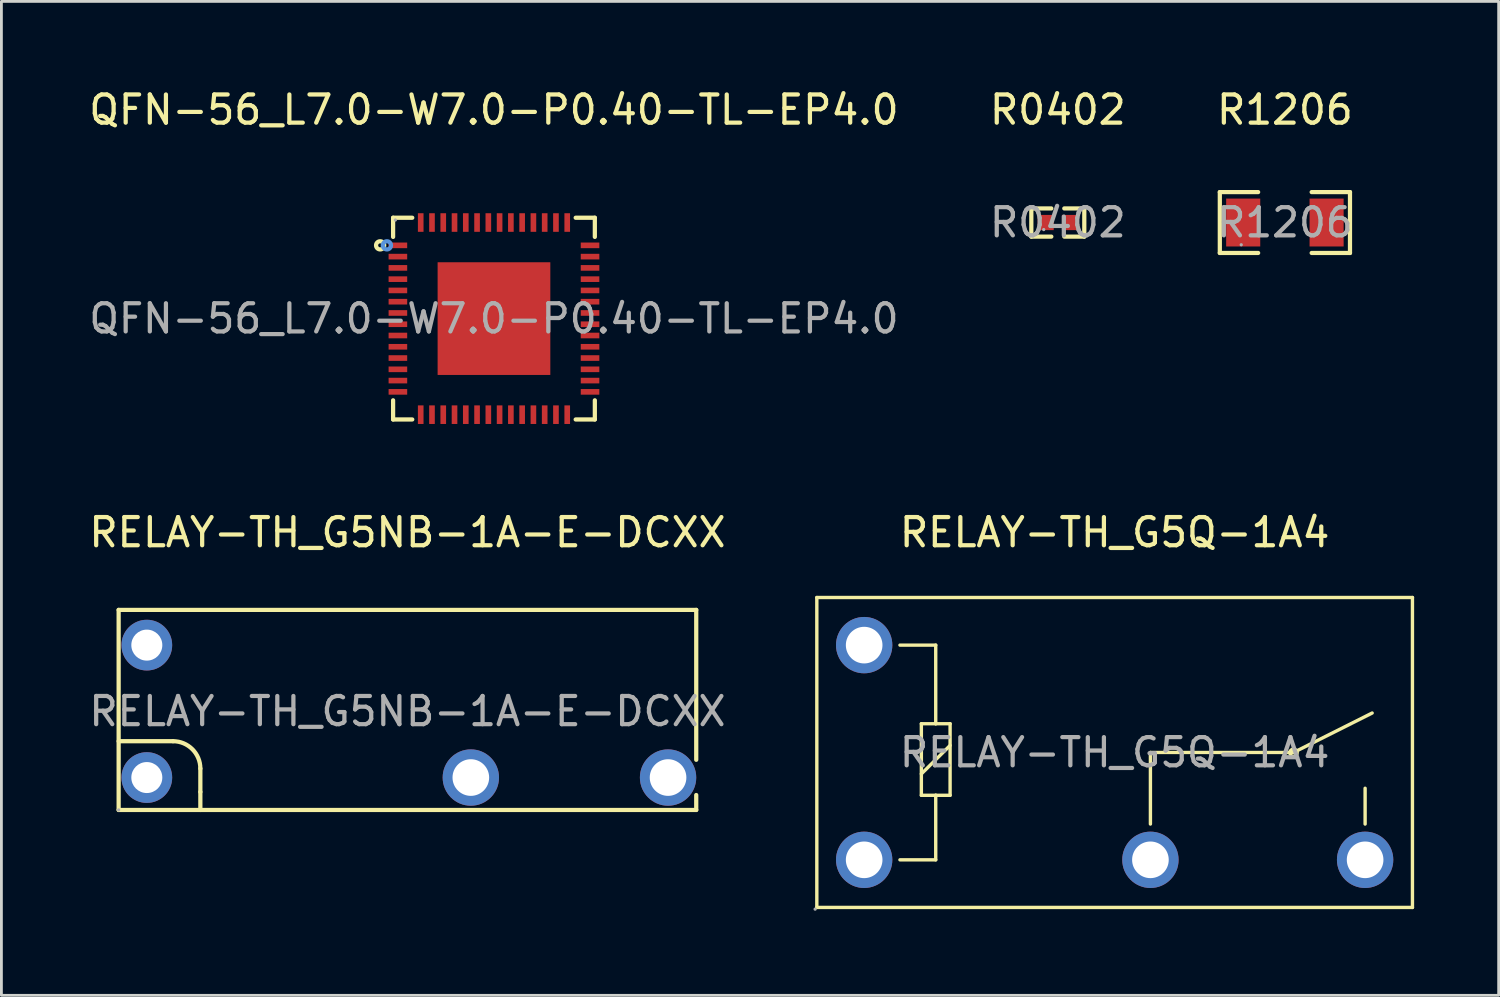
<source format=kicad_pcb>
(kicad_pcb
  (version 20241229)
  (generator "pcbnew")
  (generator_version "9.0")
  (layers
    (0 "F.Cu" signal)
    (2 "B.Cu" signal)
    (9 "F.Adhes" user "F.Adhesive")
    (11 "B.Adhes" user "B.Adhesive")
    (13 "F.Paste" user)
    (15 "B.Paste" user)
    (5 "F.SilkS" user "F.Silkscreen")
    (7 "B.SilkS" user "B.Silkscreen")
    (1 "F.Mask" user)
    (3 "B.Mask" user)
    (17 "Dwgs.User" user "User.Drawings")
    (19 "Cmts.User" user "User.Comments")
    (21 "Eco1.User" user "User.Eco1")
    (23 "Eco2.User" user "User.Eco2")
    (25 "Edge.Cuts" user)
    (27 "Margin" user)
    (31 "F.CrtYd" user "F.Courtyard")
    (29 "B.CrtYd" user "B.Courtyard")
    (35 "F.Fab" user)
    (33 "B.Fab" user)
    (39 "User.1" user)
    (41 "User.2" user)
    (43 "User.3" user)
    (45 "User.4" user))
  (footprint "RELAY-TH_G5NB-1A-E-DCXX"
    (layer "F.Cu")
    (at 11.411 22.197)
    (property "Reference" "RELAY-TH_G5NB-1A-E-DCXX" (at 0 -6.35 0) (layer "F.SilkS") (effects (font (size 1 1) (thickness 0.15))))
    (attr smd)
    (fp_line (start -10.25 -3.6) (end 10.25 -3.6) (stroke (width 0.15) (type solid)) (layer "F.SilkS"))
    (fp_line (start -10.25 1.06) (end -8.32 1.06) (stroke (width 0.15) (type solid)) (layer "F.SilkS"))
    (fp_line (start -10.25 3.5) (end -10.25 -3.6) (stroke (width 0.15) (type solid)) (layer "F.SilkS"))
    (fp_line (start -7.35 2.03) (end -7.35 2.86) (stroke (width 0.15) (type solid)) (layer "F.SilkS"))
    (fp_line (start -7.35 2.86) (end -7.35 3.5) (stroke (width 0.15) (type solid)) (layer "F.SilkS"))
    (fp_line (start 10.25 -3.6) (end 10.25 1.72) (stroke (width 0.15) (type solid)) (layer "F.SilkS"))
    (fp_line (start 10.25 2.97) (end 10.25 3.5) (stroke (width 0.15) (type solid)) (layer "F.SilkS"))
    (fp_line (start 10.25 3.5) (end -10.25 3.5) (stroke (width 0.15) (type solid)) (layer "F.SilkS"))
    (fp_arc (start -8.32 1.06) (mid -7.634106 1.344106) (end -7.35 2.03) (stroke (width 0.15) (type solid)) (layer "F.SilkS"))
    (fp_circle (center -10.25 3.5) (end -10.22 3.5) (stroke (width 0.06) (type solid)) (fill no) (layer "F.Fab"))
    (fp_text user "${REFERENCE}" (at 0 0 0) (layer "F.Fab") (effects (font (size 1 1) (thickness 0.15))))
    (pad "1" thru_hole circle (at -9.25 2.35) (size 1.8 1.8) (drill 1.1) (layers "*.Cu" "*.Paste" "*.Mask"))
    (pad "2" thru_hole circle (at 2.25 2.35) (size 2 2) (drill 1.3) (layers "*.Cu" "*.Paste" "*.Mask"))
    (pad "3" thru_hole circle (at 9.25 2.35) (size 2 2) (drill 1.3) (layers "*.Cu" "*.Paste" "*.Mask"))
    (pad "4" thru_hole circle (at -9.25 -2.35) (size 1.8 1.8) (drill 1.1) (layers "*.Cu" "*.Paste" "*.Mask")))
  (footprint "R0402"
    (layer "F.Cu")
    (at 34.494 4.848)
    (property "Reference" "R0402" (at 0 -4 0) (layer "F.SilkS") (effects (font (size 1 1) (thickness 0.15))))
    (attr smd)
    (fp_line (start -0.94 -0.5) (end -0.23 -0.5) (stroke (width 0.15) (type solid)) (layer "F.SilkS"))
    (fp_line (start -0.94 0.5) (end -0.94 -0.5) (stroke (width 0.15) (type solid)) (layer "F.SilkS"))
    (fp_line (start -0.23 0.5) (end -0.94 0.5) (stroke (width 0.15) (type solid)) (layer "F.SilkS"))
    (fp_line (start 0.23 0.5) (end 0.94 0.5) (stroke (width 0.15) (type solid)) (layer "F.SilkS"))
    (fp_line (start 0.94 -0.5) (end 0.23 -0.5) (stroke (width 0.15) (type solid)) (layer "F.SilkS"))
    (fp_line (start 0.94 0.5) (end 0.94 -0.5) (stroke (width 0.15) (type solid)) (layer "F.SilkS"))
    (fp_circle (center -0.5 0.25) (end -0.47 0.25) (stroke (width 0.06) (type solid)) (fill no) (layer "F.Fab"))
    (fp_text user "${REFERENCE}" (at 0 0 0) (layer "F.Fab") (effects (font (size 1 1) (thickness 0.15))))
    (pad "1" smd rect (at -0.43 0) (size 0.57 0.54) (layers "F.Cu" "F.Mask" "F.Paste"))
    (pad "2" smd rect (at 0.43 0) (size 0.57 0.54) (layers "F.Cu" "F.Mask" "F.Paste")))
  (footprint "QFN-56_L7.0-W7.0-P0.40-TL-EP4.0"
    (layer "F.Cu")
    (at 14.482 8.258)
    (property "Reference" "QFN-56_L7.0-W7.0-P0.40-TL-EP4.0" (at 0 -7.41 0) (layer "F.SilkS") (effects (font (size 1 1) (thickness 0.15))))
    (attr smd)
    (fp_line (start -3.58 -3.58) (end -3.58 -2.9) (stroke (width 0.15) (type solid)) (layer "F.SilkS"))
    (fp_line (start -3.58 3.58) (end -3.58 2.9) (stroke (width 0.15) (type solid)) (layer "F.SilkS"))
    (fp_line (start -2.9 -3.58) (end -3.58 -3.58) (stroke (width 0.15) (type solid)) (layer "F.SilkS"))
    (fp_line (start -2.9 3.58) (end -3.58 3.58) (stroke (width 0.15) (type solid)) (layer "F.SilkS"))
    (fp_line (start 2.9 -3.58) (end 3.58 -3.58) (stroke (width 0.15) (type solid)) (layer "F.SilkS"))
    (fp_line (start 2.9 3.58) (end 3.58 3.58) (stroke (width 0.15) (type solid)) (layer "F.SilkS"))
    (fp_line (start 3.58 -3.58) (end 3.58 -2.9) (stroke (width 0.15) (type solid)) (layer "F.SilkS"))
    (fp_line (start 3.58 3.58) (end 3.58 2.9) (stroke (width 0.15) (type solid)) (layer "F.SilkS"))
    (fp_circle (center -4.04 -2.6) (end -3.97 -2.6) (stroke (width 0.15) (type solid)) (fill no) (layer "F.SilkS"))
    (fp_circle (center -3.8 -2.6) (end -3.73 -2.6) (stroke (width 0.15) (type solid)) (fill no) (layer "Cmts.User"))
    (fp_circle (center -3.5 -3.5) (end -3.47 -3.5) (stroke (width 0.06) (type solid)) (fill no) (layer "F.Fab"))
    (fp_text user "${REFERENCE}" (at 0 0 0) (layer "F.Fab") (effects (font (size 1 1) (thickness 0.15))))
    (pad "1" smd rect (at -3.41 -2.6) (size 0.66 0.2) (layers "F.Cu" "F.Mask" "F.Paste"))
    (pad "2" smd rect (at -3.41 -2.2) (size 0.66 0.2) (layers "F.Cu" "F.Mask" "F.Paste"))
    (pad "3" smd rect (at -3.41 -1.8) (size 0.66 0.2) (layers "F.Cu" "F.Mask" "F.Paste"))
    (pad "4" smd rect (at -3.41 -1.4) (size 0.66 0.2) (layers "F.Cu" "F.Mask" "F.Paste"))
    (pad "5" smd rect (at -3.41 -1) (size 0.66 0.2) (layers "F.Cu" "F.Mask" "F.Paste"))
    (pad "6" smd rect (at -3.41 -0.6) (size 0.66 0.2) (layers "F.Cu" "F.Mask" "F.Paste"))
    (pad "7" smd rect (at -3.41 -0.2) (size 0.66 0.2) (layers "F.Cu" "F.Mask" "F.Paste"))
    (pad "8" smd rect (at -3.41 0.2) (size 0.66 0.2) (layers "F.Cu" "F.Mask" "F.Paste"))
    (pad "9" smd rect (at -3.41 0.6) (size 0.66 0.2) (layers "F.Cu" "F.Mask" "F.Paste"))
    (pad "10" smd rect (at -3.41 1) (size 0.66 0.2) (layers "F.Cu" "F.Mask" "F.Paste"))
    (pad "11" smd rect (at -3.41 1.4) (size 0.66 0.2) (layers "F.Cu" "F.Mask" "F.Paste"))
    (pad "12" smd rect (at -3.41 1.8) (size 0.66 0.2) (layers "F.Cu" "F.Mask" "F.Paste"))
    (pad "13" smd rect (at -3.41 2.2) (size 0.66 0.2) (layers "F.Cu" "F.Mask" "F.Paste"))
    (pad "14" smd rect (at -3.41 2.6) (size 0.66 0.2) (layers "F.Cu" "F.Mask" "F.Paste"))
    (pad "15" smd rect (at -2.6 3.41) (size 0.2 0.66) (layers "F.Cu" "F.Mask" "F.Paste"))
    (pad "16" smd rect (at -2.2 3.41) (size 0.2 0.66) (layers "F.Cu" "F.Mask" "F.Paste"))
    (pad "17" smd rect (at -1.8 3.41) (size 0.2 0.66) (layers "F.Cu" "F.Mask" "F.Paste"))
    (pad "18" smd rect (at -1.4 3.41) (size 0.2 0.66) (layers "F.Cu" "F.Mask" "F.Paste"))
    (pad "19" smd rect (at -1 3.41) (size 0.2 0.66) (layers "F.Cu" "F.Mask" "F.Paste"))
    (pad "20" smd rect (at -0.6 3.41) (size 0.2 0.66) (layers "F.Cu" "F.Mask" "F.Paste"))
    (pad "21" smd rect (at -0.2 3.41) (size 0.2 0.66) (layers "F.Cu" "F.Mask" "F.Paste"))
    (pad "22" smd rect (at 0.2 3.41) (size 0.2 0.66) (layers "F.Cu" "F.Mask" "F.Paste"))
    (pad "23" smd rect (at 0.6 3.41) (size 0.2 0.66) (layers "F.Cu" "F.Mask" "F.Paste"))
    (pad "24" smd rect (at 1 3.41) (size 0.2 0.66) (layers "F.Cu" "F.Mask" "F.Paste"))
    (pad "25" smd rect (at 1.4 3.41) (size 0.2 0.66) (layers "F.Cu" "F.Mask" "F.Paste"))
    (pad "26" smd rect (at 1.8 3.41) (size 0.2 0.66) (layers "F.Cu" "F.Mask" "F.Paste"))
    (pad "27" smd rect (at 2.2 3.41) (size 0.2 0.66) (layers "F.Cu" "F.Mask" "F.Paste"))
    (pad "28" smd rect (at 2.6 3.41) (size 0.2 0.66) (layers "F.Cu" "F.Mask" "F.Paste"))
    (pad "29" smd rect (at 3.41 2.6) (size 0.66 0.2) (layers "F.Cu" "F.Mask" "F.Paste"))
    (pad "30" smd rect (at 3.41 2.2) (size 0.66 0.2) (layers "F.Cu" "F.Mask" "F.Paste"))
    (pad "31" smd rect (at 3.41 1.8) (size 0.66 0.2) (layers "F.Cu" "F.Mask" "F.Paste"))
    (pad "32" smd rect (at 3.41 1.4) (size 0.66 0.2) (layers "F.Cu" "F.Mask" "F.Paste"))
    (pad "33" smd rect (at 3.41 1) (size 0.66 0.2) (layers "F.Cu" "F.Mask" "F.Paste"))
    (pad "34" smd rect (at 3.41 0.6) (size 0.66 0.2) (layers "F.Cu" "F.Mask" "F.Paste"))
    (pad "35" smd rect (at 3.41 0.2) (size 0.66 0.2) (layers "F.Cu" "F.Mask" "F.Paste"))
    (pad "36" smd rect (at 3.41 -0.2) (size 0.66 0.2) (layers "F.Cu" "F.Mask" "F.Paste"))
    (pad "37" smd rect (at 3.41 -0.6) (size 0.66 0.2) (layers "F.Cu" "F.Mask" "F.Paste"))
    (pad "38" smd rect (at 3.41 -1) (size 0.66 0.2) (layers "F.Cu" "F.Mask" "F.Paste"))
    (pad "39" smd rect (at 3.41 -1.4) (size 0.66 0.2) (layers "F.Cu" "F.Mask" "F.Paste"))
    (pad "40" smd rect (at 3.41 -1.8) (size 0.66 0.2) (layers "F.Cu" "F.Mask" "F.Paste"))
    (pad "41" smd rect (at 3.41 -2.2) (size 0.66 0.2) (layers "F.Cu" "F.Mask" "F.Paste"))
    (pad "42" smd rect (at 3.41 -2.6) (size 0.66 0.2) (layers "F.Cu" "F.Mask" "F.Paste"))
    (pad "43" smd rect (at 2.6 -3.41) (size 0.2 0.66) (layers "F.Cu" "F.Mask" "F.Paste"))
    (pad "44" smd rect (at 2.2 -3.41) (size 0.2 0.66) (layers "F.Cu" "F.Mask" "F.Paste"))
    (pad "45" smd rect (at 1.8 -3.41) (size 0.2 0.66) (layers "F.Cu" "F.Mask" "F.Paste"))
    (pad "46" smd rect (at 1.4 -3.41) (size 0.2 0.66) (layers "F.Cu" "F.Mask" "F.Paste"))
    (pad "47" smd rect (at 1 -3.41) (size 0.2 0.66) (layers "F.Cu" "F.Mask" "F.Paste"))
    (pad "48" smd rect (at 0.6 -3.41) (size 0.2 0.66) (layers "F.Cu" "F.Mask" "F.Paste"))
    (pad "49" smd rect (at 0.2 -3.41) (size 0.2 0.66) (layers "F.Cu" "F.Mask" "F.Paste"))
    (pad "50" smd rect (at -0.2 -3.41) (size 0.2 0.66) (layers "F.Cu" "F.Mask" "F.Paste"))
    (pad "51" smd rect (at -0.6 -3.41) (size 0.2 0.66) (layers "F.Cu" "F.Mask" "F.Paste"))
    (pad "52" smd rect (at -1 -3.41) (size 0.2 0.66) (layers "F.Cu" "F.Mask" "F.Paste"))
    (pad "53" smd rect (at -1.4 -3.41) (size 0.2 0.66) (layers "F.Cu" "F.Mask" "F.Paste"))
    (pad "54" smd rect (at -1.8 -3.41) (size 0.2 0.66) (layers "F.Cu" "F.Mask" "F.Paste"))
    (pad "55" smd rect (at -2.2 -3.41) (size 0.2 0.66) (layers "F.Cu" "F.Mask" "F.Paste"))
    (pad "56" smd rect (at -2.6 -3.41) (size 0.2 0.66) (layers "F.Cu" "F.Mask" "F.Paste"))
    (pad "57" smd rect (at 0 0) (size 4 4) (layers "F.Cu" "F.Mask" "F.Paste")))
  (footprint "R1206"
    (layer "F.Cu")
    (at 42.554 4.848)
    (property "Reference" "R1206" (at 0 -4 0) (layer "F.SilkS") (effects (font (size 1 1) (thickness 0.15))))
    (attr smd)
    (fp_line (start -2.31 -1.08) (end -0.95 -1.08) (stroke (width 0.15) (type solid)) (layer "F.SilkS"))
    (fp_line (start -2.31 1.08) (end -2.31 -1.08) (stroke (width 0.15) (type solid)) (layer "F.SilkS"))
    (fp_line (start -0.95 1.08) (end -2.31 1.08) (stroke (width 0.15) (type solid)) (layer "F.SilkS"))
    (fp_line (start 0.95 1.08) (end 2.31 1.08) (stroke (width 0.15) (type solid)) (layer "F.SilkS"))
    (fp_line (start 2.31 -1.08) (end 0.95 -1.08) (stroke (width 0.15) (type solid)) (layer "F.SilkS"))
    (fp_line (start 2.31 1.08) (end 2.31 -1.08) (stroke (width 0.15) (type solid)) (layer "F.SilkS"))
    (fp_circle (center -1.55 0.79) (end -1.52 0.79) (stroke (width 0.06) (type solid)) (fill no) (layer "F.Fab"))
    (fp_text user "${REFERENCE}" (at 0 0 0) (layer "F.Fab") (effects (font (size 1 1) (thickness 0.15))))
    (pad "1" smd rect (at -1.48 0) (size 1.21 1.7) (layers "F.Cu" "F.Mask" "F.Paste"))
    (pad "2" smd rect (at 1.48 0) (size 1.21 1.7) (layers "F.Cu" "F.Mask" "F.Paste")))
  (footprint "RELAY-TH_G5Q-1A4"
    (layer "F.Cu")
    (at 36.511 23.657)
    (property "Reference" "RELAY-TH_G5Q-1A4" (at 0 -7.81 0) (layer "F.SilkS") (effects (font (size 1 1) (thickness 0.15))))
    (attr smd)
    (fp_line (start -10.57 -5.5) (end -10.57 5.5) (stroke (width 0.12) (type solid)) (layer "F.SilkS"))
    (fp_line (start -10.57 5.5) (end 10.57 5.5) (stroke (width 0.12) (type solid)) (layer "F.SilkS"))
    (fp_line (start -7.62 3.81) (end -6.35 3.81) (stroke (width 0.12) (type solid)) (layer "F.SilkS"))
    (fp_line (start -6.86 -1.02) (end -6.35 -1.02) (stroke (width 0.12) (type solid)) (layer "F.SilkS"))
    (fp_line (start -6.86 0.76) (end -5.84 -0.25) (stroke (width 0.12) (type solid)) (layer "F.SilkS"))
    (fp_line (start -6.86 1.52) (end -6.86 -1.02) (stroke (width 0.12) (type solid)) (layer "F.SilkS"))
    (fp_line (start -6.35 -3.81) (end -7.62 -3.81) (stroke (width 0.12) (type solid)) (layer "F.SilkS"))
    (fp_line (start -6.35 -1.02) (end -6.35 -3.81) (stroke (width 0.12) (type solid)) (layer "F.SilkS"))
    (fp_line (start -6.35 -1.02) (end -5.84 -1.02) (stroke (width 0.12) (type solid)) (layer "F.SilkS"))
    (fp_line (start -6.35 1.52) (end -6.86 1.52) (stroke (width 0.12) (type solid)) (layer "F.SilkS"))
    (fp_line (start -6.35 3.81) (end -6.35 1.52) (stroke (width 0.12) (type solid)) (layer "F.SilkS"))
    (fp_line (start -5.84 -1.02) (end -5.84 1.52) (stroke (width 0.12) (type solid)) (layer "F.SilkS"))
    (fp_line (start -5.84 1.52) (end -6.35 1.52) (stroke (width 0.12) (type solid)) (layer "F.SilkS"))
    (fp_line (start 1.27 0) (end 6.35 0) (stroke (width 0.12) (type solid)) (layer "F.SilkS"))
    (fp_line (start 1.27 2.54) (end 1.27 0) (stroke (width 0.12) (type solid)) (layer "F.SilkS"))
    (fp_line (start 6.35 0) (end 9.14 -1.4) (stroke (width 0.12) (type solid)) (layer "F.SilkS"))
    (fp_line (start 8.89 2.54) (end 8.89 1.27) (stroke (width 0.12) (type solid)) (layer "F.SilkS"))
    (fp_line (start 10.57 -5.5) (end -10.57 -5.5) (stroke (width 0.12) (type solid)) (layer "F.SilkS"))
    (fp_line (start 10.57 5.5) (end 10.57 -5.5) (stroke (width 0.12) (type solid)) (layer "F.SilkS"))
    (fp_arc (start 6.48 0.01) (mid 6.220096 0.015002) (end 6.479615 0.000004) (stroke (width 0.12) (type solid)) (layer "F.SilkS"))
    (fp_circle (center -10.63 5.56) (end -10.6 5.56) (stroke (width 0.06) (type solid)) (fill no) (layer "F.Fab"))
    (fp_circle (center -8.89 -3.81) (end -8.61 -3.81) (stroke (width 0.55) (type solid)) (fill no) (layer "F.Fab"))
    (fp_circle (center -8.89 3.81) (end -8.61 3.81) (stroke (width 0.55) (type solid)) (fill no) (layer "F.Fab"))
    (fp_circle (center 1.27 3.81) (end 1.55 3.81) (stroke (width 0.55) (type solid)) (fill no) (layer "F.Fab"))
    (fp_circle (center 8.89 3.81) (end 9.17 3.81) (stroke (width 0.55) (type solid)) (fill no) (layer "F.Fab"))
    (fp_text user "${REFERENCE}" (at 0 0 0) (layer "F.Fab") (effects (font (size 1 1) (thickness 0.15))))
    (pad "1" thru_hole circle (at -8.89 3.81 180) (size 2 2) (drill 1.3) (layers "*.Cu" "*.Paste" "*.Mask"))
    (pad "2" thru_hole circle (at 1.27 3.81 180) (size 2 2) (drill 1.3) (layers "*.Cu" "*.Paste" "*.Mask"))
    (pad "3" thru_hole circle (at 8.89 3.81 180) (size 2 2) (drill 1.3) (layers "*.Cu" "*.Paste" "*.Mask"))
    (pad "5" thru_hole circle (at -8.89 -3.81 180) (size 2 2) (drill 1.3) (layers "*.Cu" "*.Paste" "*.Mask")))
  (gr_rect
    (start -3 -3)
    (end 50.141 32.276)
    (stroke (width 0.1) (type default))
    (fill no)
    (layer "Edge.Cuts")))
</source>
